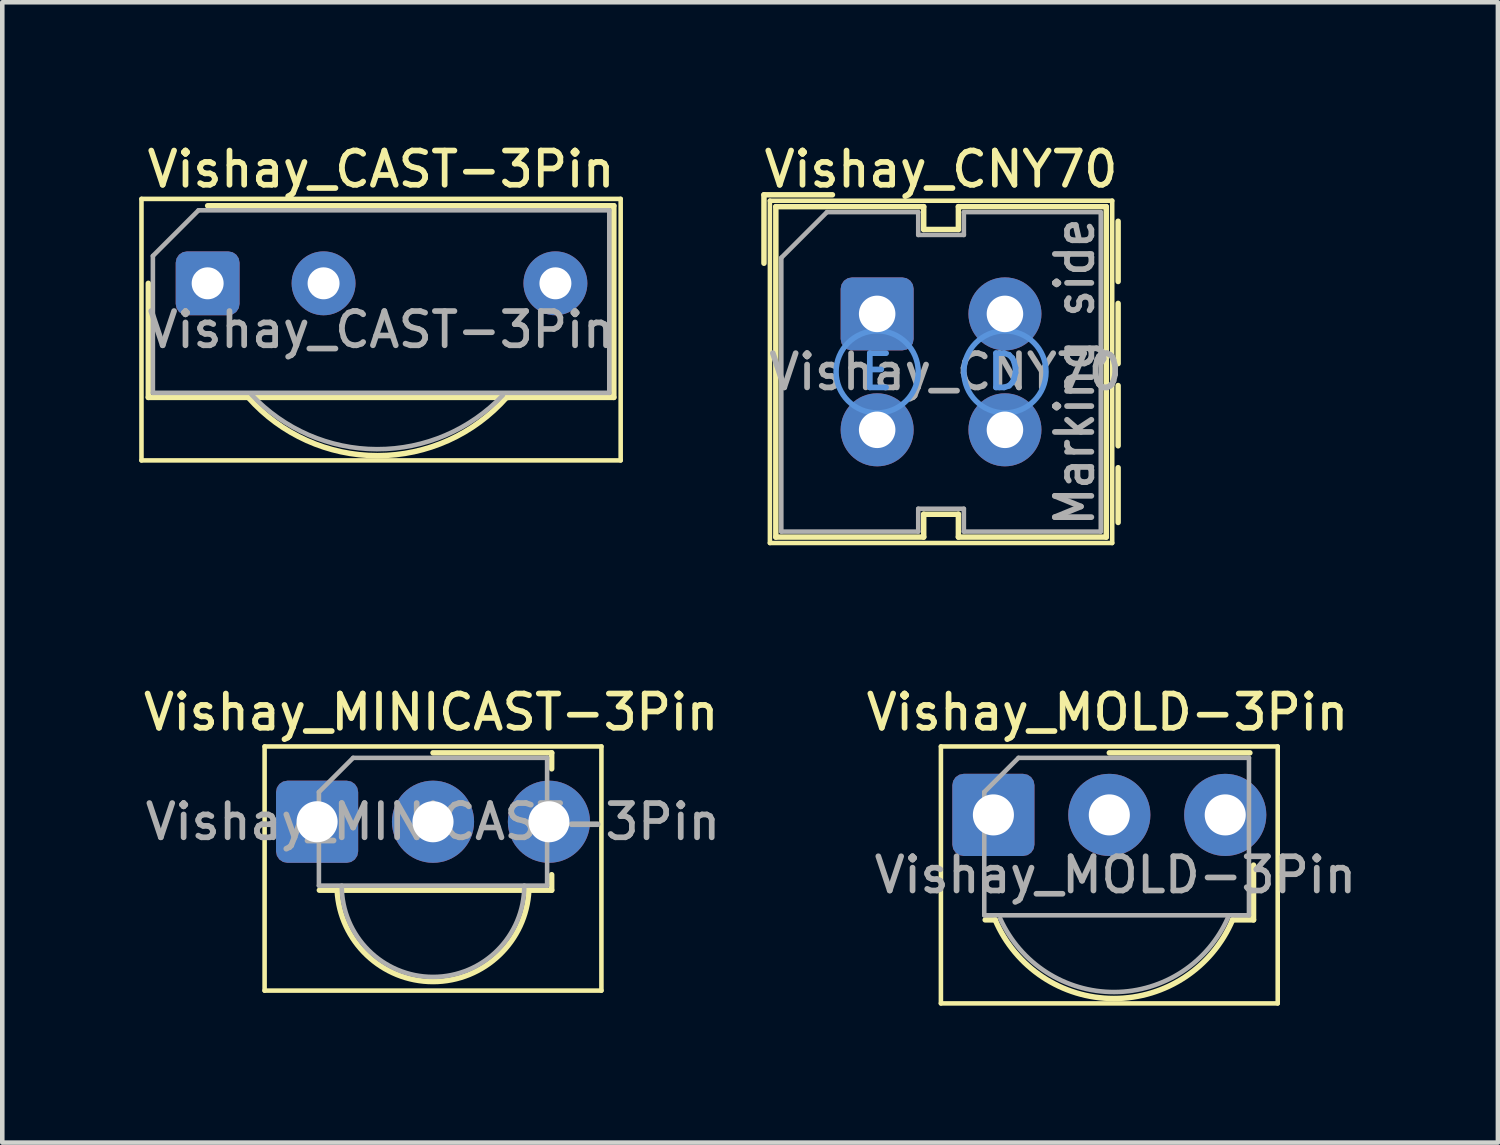
<source format=kicad_pcb>
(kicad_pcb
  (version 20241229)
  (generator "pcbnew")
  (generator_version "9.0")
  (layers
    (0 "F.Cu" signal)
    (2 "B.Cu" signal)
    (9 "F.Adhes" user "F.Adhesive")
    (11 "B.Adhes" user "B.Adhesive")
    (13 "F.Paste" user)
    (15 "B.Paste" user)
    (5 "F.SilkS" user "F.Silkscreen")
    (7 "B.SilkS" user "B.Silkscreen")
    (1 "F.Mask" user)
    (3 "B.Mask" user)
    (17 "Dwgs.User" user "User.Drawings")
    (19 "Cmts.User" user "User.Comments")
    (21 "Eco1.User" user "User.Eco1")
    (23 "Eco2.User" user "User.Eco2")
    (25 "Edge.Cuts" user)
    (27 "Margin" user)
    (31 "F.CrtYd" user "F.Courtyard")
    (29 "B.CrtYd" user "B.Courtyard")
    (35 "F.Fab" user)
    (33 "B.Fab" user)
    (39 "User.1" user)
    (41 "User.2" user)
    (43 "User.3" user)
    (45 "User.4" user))
  (footprint "Vishay_CAST-3Pin"
    (layer "F.Cu")
    (at 1.5 3.158)
    (property "Reference" "Vishay_CAST-3Pin" (at 3.8 -2.5 0) (layer "F.SilkS") (effects (font (size 0.75 0.75) (thickness 0.125))))
    (attr through_hole)
    (fp_line (start -1.45 -1.85) (end -1.45 3.88) (stroke (width 0.1) (type solid)) (layer "F.SilkS"))
    (fp_line (start -1.45 -1.85) (end 9.05 -1.85) (stroke (width 0.1) (type solid)) (layer "F.SilkS"))
    (fp_line (start -1.3 0) (end -1.3 2.5) (stroke (width 0.12) (type solid)) (layer "F.SilkS"))
    (fp_line (start -1.3 2.5) (end 0.9 2.5) (stroke (width 0.12) (type solid)) (layer "F.SilkS"))
    (fp_line (start 0.9 2.5) (end 6.6 2.5) (stroke (width 0.12) (type solid)) (layer "F.SilkS"))
    (fp_line (start 6.5 2.5) (end 8.9 2.5) (stroke (width 0.12) (type solid)) (layer "F.SilkS"))
    (fp_line (start 8.9 -1.7) (end 0 -1.7) (stroke (width 0.12) (type solid)) (layer "F.SilkS"))
    (fp_line (start 8.9 2.5) (end 8.9 -1.7) (stroke (width 0.12) (type solid)) (layer "F.SilkS"))
    (fp_line (start 9.05 3.88) (end -1.45 3.88) (stroke (width 0.1) (type solid)) (layer "F.SilkS"))
    (fp_line (start 9.05 3.88) (end 9.05 -1.85) (stroke (width 0.1) (type solid)) (layer "F.SilkS"))
    (fp_arc (start 6.55 2.5) (mid 3.722825 3.776095) (end 0.893744 2.504232) (stroke (width 0.12) (type solid)) (layer "F.SilkS"))
    (fp_line (start -1.2 2.4) (end -1.2 -0.6) (stroke (width 0.1) (type solid)) (layer "F.Fab"))
    (fp_line (start -0.2 -1.6) (end -1.2 -0.6) (stroke (width 0.1) (type solid)) (layer "F.Fab"))
    (fp_line (start -0.2 -1.6) (end 8.8 -1.6) (stroke (width 0.1) (type solid)) (layer "F.Fab"))
    (fp_line (start 8.8 -1.6) (end 8.8 2.4) (stroke (width 0.1) (type solid)) (layer "F.Fab"))
    (fp_line (start 8.8 2.4) (end -1.2 2.4) (stroke (width 0.1) (type solid)) (layer "F.Fab"))
    (fp_arc (start 6.47 2.45) (mid 3.710489 3.634496) (end 0.956966 2.436144) (stroke (width 0.1) (type solid)) (layer "F.Fab"))
    (fp_text user "${REFERENCE}" (at 3.8 1.017 0) (layer "F.Fab") (effects (font (size 0.75 0.75) (thickness 0.125))))
    (pad "1" thru_hole roundrect (at 0 0) (size 1.4 1.4) (drill 0.7) (layers "*.Cu" "*.Mask") (roundrect_rratio 0.178))
    (pad "2" thru_hole circle (at 2.54 0) (size 1.4 1.4) (drill 0.7) (layers "*.Cu" "*.Mask"))
    (pad "3" thru_hole circle (at 7.62 0) (size 1.4 1.4) (drill 0.7) (layers "*.Cu" "*.Mask")))
  (footprint "Vishay_MINICAST-3Pin"
    (layer "F.Cu")
    (at 3.898 14.956)
    (property "Reference" "Vishay_MINICAST-3Pin" (at 2.5 -2.4 180) (layer "F.SilkS") (effects (font (size 0.75 0.75) (thickness 0.125))))
    (attr through_hole)
    (fp_line (start -1.15 -1.65) (end -1.15 3.7) (stroke (width 0.1) (type solid)) (layer "F.SilkS"))
    (fp_line (start -1.15 -1.65) (end 6.23 -1.65) (stroke (width 0.1) (type solid)) (layer "F.SilkS"))
    (fp_line (start 5.14 -1.51) (end 2.54 -1.51) (stroke (width 0.12) (type solid)) (layer "F.SilkS"))
    (fp_line (start 5.14 -1.16) (end 5.14 -1.51) (stroke (width 0.12) (type solid)) (layer "F.SilkS"))
    (fp_line (start 5.14 1.16) (end 5.14 1.5) (stroke (width 0.12) (type solid)) (layer "F.SilkS"))
    (fp_line (start 5.14 1.5) (end 0.05 1.5) (stroke (width 0.12) (type solid)) (layer "F.SilkS"))
    (fp_line (start 6.23 3.7) (end -1.15 3.7) (stroke (width 0.1) (type solid)) (layer "F.SilkS"))
    (fp_line (start 6.23 3.7) (end 6.23 -1.65) (stroke (width 0.1) (type solid)) (layer "F.SilkS"))
    (fp_arc (start 4.64 1.5) (mid 2.540869 3.502379) (end 0.440083 1.501736) (stroke (width 0.12) (type solid)) (layer "F.SilkS"))
    (fp_line (start 0.04 1.4) (end 0.04 -0.65) (stroke (width 0.1) (type solid)) (layer "F.Fab"))
    (fp_line (start 0.79 -1.4) (end 0.04 -0.65) (stroke (width 0.1) (type solid)) (layer "F.Fab"))
    (fp_line (start 0.79 -1.4) (end 5.04 -1.4) (stroke (width 0.1) (type solid)) (layer "F.Fab"))
    (fp_line (start 5.04 -1.4) (end 5.04 1.4) (stroke (width 0.1) (type solid)) (layer "F.Fab"))
    (fp_line (start 5.04 1.4) (end 0.04 1.4) (stroke (width 0.1) (type solid)) (layer "F.Fab"))
    (fp_arc (start 4.54 1.4) (mid 2.54 3.4) (end 0.54 1.4) (stroke (width 0.1) (type solid)) (layer "F.Fab"))
    (fp_text user "${REFERENCE}" (at 2.54 0 0) (layer "F.Fab") (effects (font (size 0.75 0.75) (thickness 0.125))))
    (pad "1" thru_hole roundrect (at 0 0) (size 1.8 1.8) (drill 0.9) (layers "*.Cu" "*.Mask") (roundrect_rratio 0.139))
    (pad "2" thru_hole circle (at 2.54 0) (size 1.8 1.8) (drill 0.9) (layers "*.Cu" "*.Mask"))
    (pad "3" thru_hole circle (at 5.08 0) (size 1.8 1.8) (drill 0.9) (layers "*.Cu" "*.Mask")))
  (footprint "Vishay_CNY70"
    (layer "F.Cu")
    (at 16.17 3.828)
    (property "Reference" "Vishay_CNY70" (at 1.4 -3.17 0) (layer "F.SilkS") (effects (font (size 0.75 0.75) (thickness 0.125))))
    (attr through_hole)
    (fp_line (start -2.48 -2.61) (end -2.48 -1.11) (stroke (width 0.12) (type default)) (layer "F.SilkS"))
    (fp_line (start -2.48 -2.61) (end -0.98 -2.61) (stroke (width 0.12) (type default)) (layer "F.SilkS"))
    (fp_line (start -2.35 -2.48) (end -2.35 5.02) (stroke (width 0.1) (type solid)) (layer "F.SilkS"))
    (fp_line (start -2.35 -2.48) (end 5.15 -2.48) (stroke (width 0.1) (type solid)) (layer "F.SilkS"))
    (fp_line (start -2.22 -2.35) (end -2.22 4.89) (stroke (width 0.12) (type solid)) (layer "F.SilkS"))
    (fp_line (start 1.02 -2.35) (end -2.22 -2.35) (stroke (width 0.12) (type solid)) (layer "F.SilkS"))
    (fp_line (start 1.02 -2.35) (end 1.02 -1.85) (stroke (width 0.12) (type default)) (layer "F.SilkS"))
    (fp_line (start 1.02 -1.85) (end 1.78 -1.85) (stroke (width 0.12) (type default)) (layer "F.SilkS"))
    (fp_line (start 1.02 4.39) (end 1.02 4.89) (stroke (width 0.12) (type default)) (layer "F.SilkS"))
    (fp_line (start 1.02 4.89) (end -2.22 4.89) (stroke (width 0.12) (type default)) (layer "F.SilkS"))
    (fp_line (start 1.78 -2.35) (end 5.02 -2.35) (stroke (width 0.12) (type default)) (layer "F.SilkS"))
    (fp_line (start 1.78 -1.85) (end 1.78 -2.35) (stroke (width 0.12) (type default)) (layer "F.SilkS"))
    (fp_line (start 1.78 4.39) (end 1.02 4.39) (stroke (width 0.12) (type default)) (layer "F.SilkS"))
    (fp_line (start 1.78 4.89) (end 1.78 4.39) (stroke (width 0.12) (type default)) (layer "F.SilkS"))
    (fp_line (start 1.78 4.89) (end 5.02 4.89) (stroke (width 0.12) (type solid)) (layer "F.SilkS"))
    (fp_line (start 5.02 4.89) (end 5.02 -2.35) (stroke (width 0.12) (type solid)) (layer "F.SilkS"))
    (fp_line (start 5.15 5.02) (end -2.35 5.02) (stroke (width 0.1) (type solid)) (layer "F.SilkS"))
    (fp_line (start 5.15 5.02) (end 5.15 -2.48) (stroke (width 0.1) (type solid)) (layer "F.SilkS"))
    (fp_line (start 5.28 -2.03) (end 5.28 4.57) (stroke (width 0.12) (type dash)) (layer "F.SilkS"))
    (fp_circle (center 0 1.27) (end 0.9 1.27) (stroke (width 0.12) (type default)) (fill no) (layer "Cmts.User"))
    (fp_circle (center 2.8 1.27) (end 3.7 1.27) (stroke (width 0.12) (type default)) (fill no) (layer "Cmts.User"))
    (fp_line (start -2.1 -1.23) (end -1.1 -2.23) (stroke (width 0.1) (type solid)) (layer "F.Fab"))
    (fp_line (start -2.1 4.77) (end -2.1 -1.23) (stroke (width 0.1) (type solid)) (layer "F.Fab"))
    (fp_line (start -1.1 -2.23) (end 0.9 -2.23) (stroke (width 0.1) (type solid)) (layer "F.Fab"))
    (fp_line (start 0.9 -2.23) (end 0.9 -1.73) (stroke (width 0.1) (type solid)) (layer "F.Fab"))
    (fp_line (start 0.9 -1.73) (end 1.9 -1.73) (stroke (width 0.1) (type solid)) (layer "F.Fab"))
    (fp_line (start 0.9 4.27) (end 0.9 4.77) (stroke (width 0.1) (type solid)) (layer "F.Fab"))
    (fp_line (start 0.9 4.77) (end -2.1 4.77) (stroke (width 0.1) (type solid)) (layer "F.Fab"))
    (fp_line (start 1.9 -2.23) (end 4.9 -2.23) (stroke (width 0.1) (type default)) (layer "F.Fab"))
    (fp_line (start 1.9 -1.73) (end 1.9 -2.23) (stroke (width 0.1) (type solid)) (layer "F.Fab"))
    (fp_line (start 1.9 4.27) (end 0.9 4.27) (stroke (width 0.1) (type solid)) (layer "F.Fab"))
    (fp_line (start 1.9 4.77) (end 1.9 4.27) (stroke (width 0.1) (type solid)) (layer "F.Fab"))
    (fp_line (start 1.9 4.77) (end 4.9 4.77) (stroke (width 0.1) (type default)) (layer "F.Fab"))
    (fp_line (start 4.9 -2.23) (end 4.9 4.77) (stroke (width 0.1) (type solid)) (layer "F.Fab"))
    (fp_text user "D" (at 2.8 1.27 0) (layer "Cmts.User") (effects (font (size 0.75 0.75) (thickness 0.125))))
    (fp_text user "E" (at 0 1.27 0) (layer "Cmts.User") (effects (font (size 0.75 0.75) (thickness 0.125))))
    (fp_text user "Marking side" (at 4.33 1.27 90) (layer "F.Fab") (effects (font (size 0.8 0.7) (thickness 0.125))))
    (fp_text user "${REFERENCE}" (at 1.5 1.27 0) (layer "F.Fab") (effects (font (size 0.75 0.75) (thickness 0.125))))
    (pad "1" thru_hole roundrect (at 0 0) (size 1.6 1.6) (drill 0.8) (layers "*.Cu" "*.Mask") (roundrect_rratio 0.156))
    (pad "2" thru_hole circle (at 0 2.54) (size 1.6 1.6) (drill 0.8) (layers "*.Cu" "*.Mask"))
    (pad "3" thru_hole circle (at 2.8 2.54) (size 1.6 1.6) (drill 0.8) (layers "*.Cu" "*.Mask"))
    (pad "4" thru_hole circle (at 2.8 0) (size 1.6 1.6) (drill 0.8) (layers "*.Cu" "*.Mask")))
  (footprint "Vishay_MOLD-3Pin"
    (layer "F.Cu")
    (at 18.717 14.806)
    (property "Reference" "Vishay_MOLD-3Pin" (at 2.5 -2.25 180) (layer "F.SilkS") (effects (font (size 0.75 0.75) (thickness 0.125))))
    (attr through_hole)
    (fp_line (start -1.15 -1.5) (end -1.15 4.13) (stroke (width 0.1) (type solid)) (layer "F.SilkS"))
    (fp_line (start -1.15 -1.5) (end 6.23 -1.5) (stroke (width 0.1) (type solid)) (layer "F.SilkS"))
    (fp_line (start 0.04 2.3) (end -0.18 2.3) (stroke (width 0.12) (type solid)) (layer "F.SilkS"))
    (fp_line (start 5.62 -1.36) (end 2.54 -1.36) (stroke (width 0.12) (type solid)) (layer "F.SilkS"))
    (fp_line (start 5.7 2.3) (end 5.24 2.3) (stroke (width 0.12) (type solid)) (layer "F.SilkS"))
    (fp_line (start 5.7 2.3) (end 5.7 1.1) (stroke (width 0.12) (type solid)) (layer "F.SilkS"))
    (fp_line (start 6.23 4.13) (end -1.15 4.13) (stroke (width 0.1) (type solid)) (layer "F.SilkS"))
    (fp_line (start 6.23 4.13) (end 6.23 -1.5) (stroke (width 0.1) (type solid)) (layer "F.SilkS"))
    (fp_arc (start 5.24 2.3) (mid 2.64 4.023119) (end 0.04 2.3) (stroke (width 0.12) (type solid)) (layer "F.SilkS"))
    (fp_line (start -0.2 2.2) (end -0.2 -0.5) (stroke (width 0.1) (type solid)) (layer "F.Fab"))
    (fp_line (start 0.55 -1.25) (end -0.2 -0.5) (stroke (width 0.1) (type solid)) (layer "F.Fab"))
    (fp_line (start 0.55 -1.25) (end 5.6 -1.25) (stroke (width 0.1) (type solid)) (layer "F.Fab"))
    (fp_line (start 5.6 -1.25) (end 5.6 2.2) (stroke (width 0.1) (type solid)) (layer "F.Fab"))
    (fp_line (start 5.6 2.2) (end -0.2 2.2) (stroke (width 0.1) (type solid)) (layer "F.Fab"))
    (fp_arc (start 5.14 2.25) (mid 2.651941 3.881274) (end 0.149714 2.271818) (stroke (width 0.1) (type solid)) (layer "F.Fab"))
    (fp_text user "${REFERENCE}" (at 2.675 1.316 0) (layer "F.Fab") (effects (font (size 0.75 0.75) (thickness 0.125))))
    (pad "1" thru_hole roundrect (at 0 0) (size 1.8 1.8) (drill 0.9) (layers "*.Cu" "*.Mask") (roundrect_rratio 0.138))
    (pad "2" thru_hole circle (at 2.54 0) (size 1.8 1.8) (drill 0.9) (layers "*.Cu" "*.Mask"))
    (pad "3" thru_hole circle (at 5.08 0) (size 1.8 1.8) (drill 0.9) (layers "*.Cu" "*.Mask")))
  (gr_rect
    (start -3 -3)
    (end 29.772 21.986)
    (stroke (width 0.1) (type default))
    (fill no)
    (layer "Edge.Cuts")))
</source>
